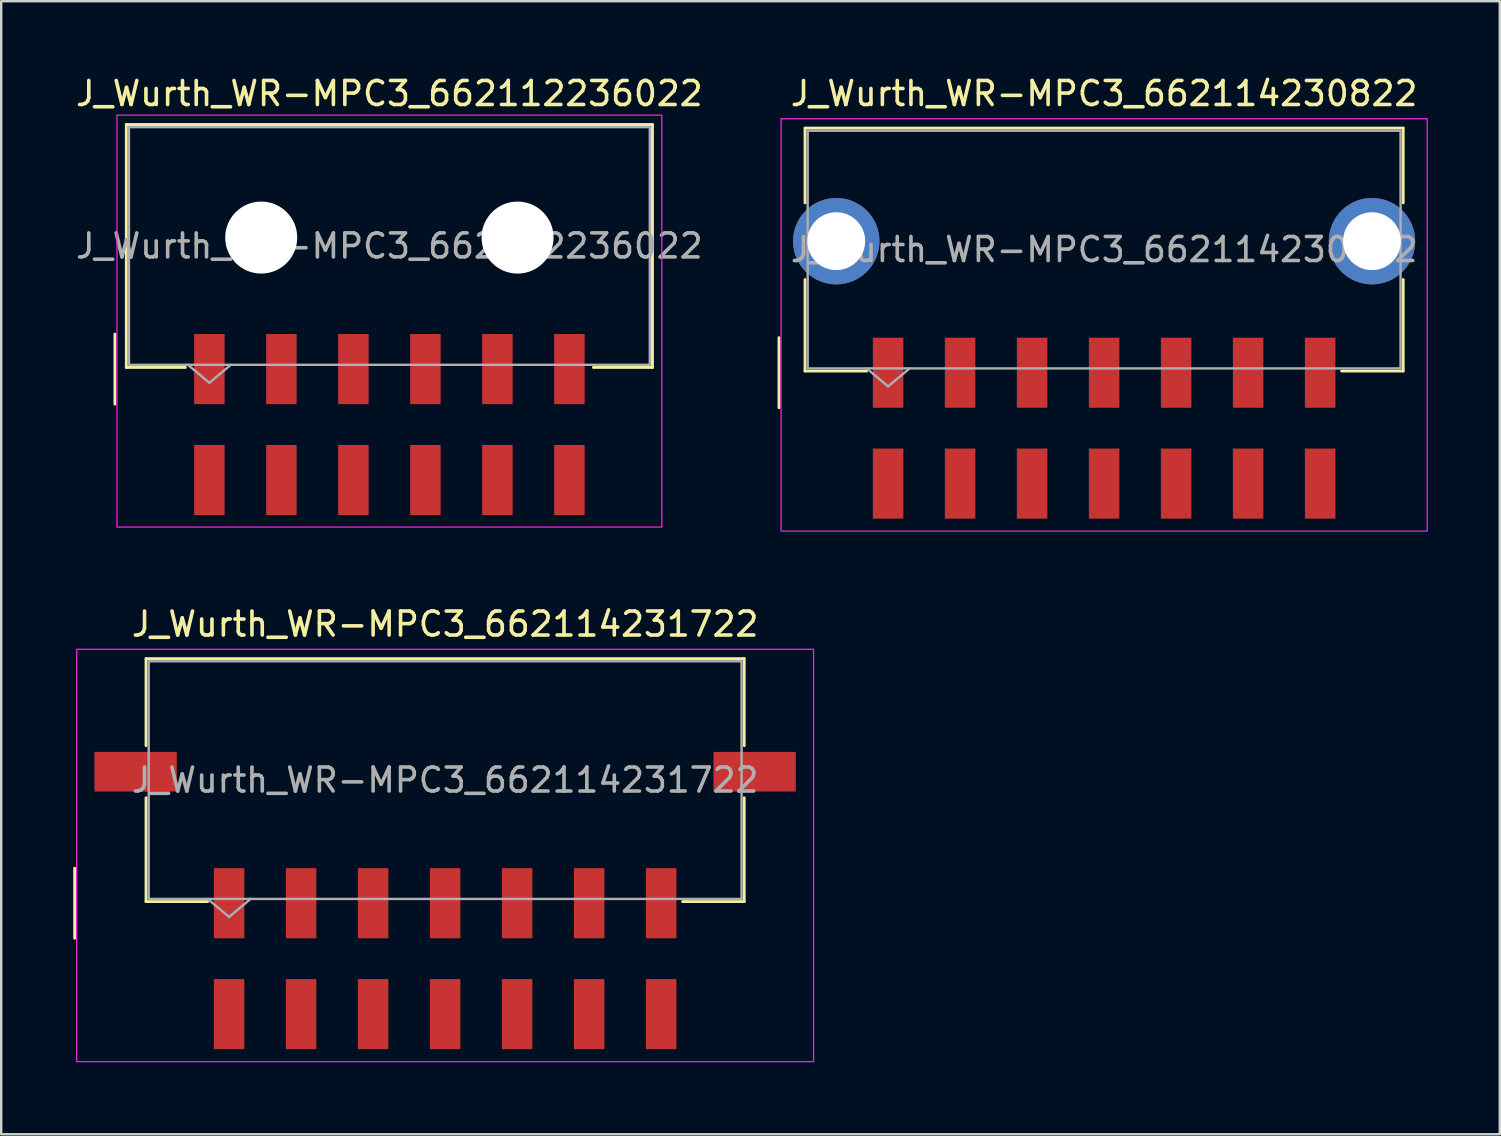
<source format=kicad_pcb>
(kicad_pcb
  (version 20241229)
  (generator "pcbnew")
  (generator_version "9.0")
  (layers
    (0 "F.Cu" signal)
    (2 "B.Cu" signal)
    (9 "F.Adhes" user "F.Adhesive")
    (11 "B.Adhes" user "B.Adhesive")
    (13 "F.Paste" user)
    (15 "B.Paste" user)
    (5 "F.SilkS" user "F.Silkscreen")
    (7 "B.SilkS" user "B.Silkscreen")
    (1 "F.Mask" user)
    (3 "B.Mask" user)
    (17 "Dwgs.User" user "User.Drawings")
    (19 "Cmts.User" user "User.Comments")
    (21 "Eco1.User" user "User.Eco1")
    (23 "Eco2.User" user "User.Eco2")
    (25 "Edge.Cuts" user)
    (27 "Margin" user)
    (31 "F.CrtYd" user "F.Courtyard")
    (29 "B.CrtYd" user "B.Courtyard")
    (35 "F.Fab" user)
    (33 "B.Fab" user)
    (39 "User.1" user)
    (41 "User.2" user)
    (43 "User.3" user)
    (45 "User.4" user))
  (footprint "J_Wurth_WR-MPC3_662114230822"
    (layer "F.Cu")
    (at 42.95 7.348)
    (property "Reference" "J_Wurth_WR-MPC3_662114230822" (at 0 -6.5 0) (unlocked yes) (layer "F.SilkS") (effects (font (size 1 1) (thickness 0.15))))
    (attr smd)
    (fp_line (start -13.545 6.59) (end -13.545 3.67) (stroke (width 0.12) (type solid)) (layer "F.SilkS"))
    (fp_line (start -12.46 -5.06) (end -12.46 -1.948) (stroke (width 0.12) (type default)) (layer "F.SilkS"))
    (fp_line (start -12.46 -5.06) (end 12.46 -5.06) (stroke (width 0.12) (type default)) (layer "F.SilkS"))
    (fp_line (start -12.46 1.248) (end -12.46 5.06) (stroke (width 0.12) (type default)) (layer "F.SilkS"))
    (fp_line (start -9.895 5.06) (end -12.46 5.06) (stroke (width 0.12) (type solid)) (layer "F.SilkS"))
    (fp_line (start 12.46 -5.06) (end 12.46 -1.948) (stroke (width 0.12) (type default)) (layer "F.SilkS"))
    (fp_line (start 12.46 1.248) (end 12.46 5.06) (stroke (width 0.12) (type default)) (layer "F.SilkS"))
    (fp_line (start 12.46 5.06) (end 9.895 5.06) (stroke (width 0.12) (type solid)) (layer "F.SilkS"))
    (fp_rect (start -13.46 -5.45) (end 13.46 11.73) (stroke (width 0.05) (type solid)) (fill no) (layer "F.CrtYd"))
    (fp_line (start -9 5.7) (end -9.895 4.95) (stroke (width 0.1) (type solid)) (layer "F.Fab"))
    (fp_line (start -9 5.7) (end -8.105 4.95) (stroke (width 0.1) (type solid)) (layer "F.Fab"))
    (fp_rect (start -12.35 -4.95) (end 12.35 4.95) (stroke (width 0.1) (type solid)) (fill no) (layer "F.Fab"))
    (fp_text user "${REFERENCE}" (at 0 0 0) (unlocked yes) (layer "F.Fab") (effects (font (size 1 1) (thickness 0.15))))
    (pad "1" smd rect (at -9 5.13 180) (size 1.27 2.92) (layers "F.Cu" "F.Mask" "F.Paste"))
    (pad "2" smd rect (at -6 5.13 180) (size 1.27 2.92) (layers "F.Cu" "F.Mask" "F.Paste"))
    (pad "3" smd rect (at -3 5.13 180) (size 1.27 2.92) (layers "F.Cu" "F.Mask" "F.Paste"))
    (pad "4" smd rect (at 0 5.13 180) (size 1.27 2.92) (layers "F.Cu" "F.Mask" "F.Paste"))
    (pad "5" smd rect (at 3 5.13 180) (size 1.27 2.92) (layers "F.Cu" "F.Mask" "F.Paste"))
    (pad "6" smd rect (at 6 5.13 180) (size 1.27 2.92) (layers "F.Cu" "F.Mask" "F.Paste"))
    (pad "7" smd rect (at 9 5.13 180) (size 1.27 2.92) (layers "F.Cu" "F.Mask" "F.Paste"))
    (pad "8" smd rect (at -9 9.75 180) (size 1.27 2.92) (layers "F.Cu" "F.Mask" "F.Paste"))
    (pad "9" smd rect (at -6 9.75 180) (size 1.27 2.92) (layers "F.Cu" "F.Mask" "F.Paste"))
    (pad "10" smd rect (at -3 9.75 180) (size 1.27 2.92) (layers "F.Cu" "F.Mask" "F.Paste"))
    (pad "11" smd rect (at 0 9.75 180) (size 1.27 2.92) (layers "F.Cu" "F.Mask" "F.Paste"))
    (pad "12" smd rect (at 3 9.75 180) (size 1.27 2.92) (layers "F.Cu" "F.Mask" "F.Paste"))
    (pad "13" smd rect (at 6 9.75 180) (size 1.27 2.92) (layers "F.Cu" "F.Mask" "F.Paste"))
    (pad "14" smd rect (at 9 9.75 180) (size 1.27 2.92) (layers "F.Cu" "F.Mask" "F.Paste"))
    (pad "MP1" thru_hole circle (at 11.16 -0.35 180) (size 3.6 3.6) (drill 2.41) (layers "*.Cu" "*.Mask"))
    (pad "MP2" thru_hole circle (at -11.16 -0.35 180) (size 3.6 3.6) (drill 2.41) (layers "*.Cu" "*.Mask")))
  (footprint "J_Wurth_WR-MPC3_662112236022"
    (layer "F.Cu")
    (at 13.173 7.198)
    (property "Reference" "J_Wurth_WR-MPC3_662112236022" (at 0 -6.35 0) (unlocked yes) (layer "F.SilkS") (effects (font (size 1 1) (thickness 0.15))))
    (attr smd)
    (fp_line (start -11.435 6.59) (end -11.435 3.67) (stroke (width 0.12) (type solid)) (layer "F.SilkS"))
    (fp_line (start -10.96 -5.06) (end -10.96 5.06) (stroke (width 0.12) (type solid)) (layer "F.SilkS"))
    (fp_line (start -10.96 -5.06) (end 10.96 -5.06) (stroke (width 0.12) (type solid)) (layer "F.SilkS"))
    (fp_line (start -8.5 5.06) (end -10.96 5.06) (stroke (width 0.12) (type solid)) (layer "F.SilkS"))
    (fp_line (start 8.5 5.06) (end 10.96 5.06) (stroke (width 0.12) (type solid)) (layer "F.SilkS"))
    (fp_line (start 10.96 -5.06) (end 10.96 5.06) (stroke (width 0.12) (type solid)) (layer "F.SilkS"))
    (fp_rect (start -11.35 -5.45) (end 11.35 11.71) (stroke (width 0.05) (type solid)) (fill no) (layer "F.CrtYd"))
    (fp_line (start -7.5 5.7) (end -8.395 4.95) (stroke (width 0.1) (type solid)) (layer "F.Fab"))
    (fp_line (start -7.5 5.7) (end -6.605 4.95) (stroke (width 0.1) (type solid)) (layer "F.Fab"))
    (fp_rect (start -10.85 -4.95) (end 10.85 4.95) (stroke (width 0.1) (type solid)) (fill no) (layer "F.Fab"))
    (fp_text user "${REFERENCE}" (at 0 0 0) (unlocked yes) (layer "F.Fab") (effects (font (size 1 1) (thickness 0.15))))
    (pad "" np_thru_hole circle (at -5.34 -0.35 180) (size 3 3) (drill 3) (layers "*.Cu" "*.Mask"))
    (pad "" np_thru_hole circle (at 5.34 -0.35 180) (size 3 3) (drill 3) (layers "*.Cu" "*.Mask"))
    (pad "1" smd rect (at -7.5 5.13 180) (size 1.27 2.92) (layers "F.Cu" "F.Mask" "F.Paste"))
    (pad "2" smd rect (at -4.5 5.13 180) (size 1.27 2.92) (layers "F.Cu" "F.Mask" "F.Paste"))
    (pad "3" smd rect (at -1.5 5.13 180) (size 1.27 2.92) (layers "F.Cu" "F.Mask" "F.Paste"))
    (pad "4" smd rect (at 1.5 5.13 180) (size 1.27 2.92) (layers "F.Cu" "F.Mask" "F.Paste"))
    (pad "5" smd rect (at 4.5 5.13 180) (size 1.27 2.92) (layers "F.Cu" "F.Mask" "F.Paste"))
    (pad "6" smd rect (at 7.5 5.13 180) (size 1.27 2.92) (layers "F.Cu" "F.Mask" "F.Paste"))
    (pad "7" smd rect (at -7.5 9.75 180) (size 1.27 2.92) (layers "F.Cu" "F.Mask" "F.Paste"))
    (pad "8" smd rect (at -4.5 9.75 180) (size 1.27 2.92) (layers "F.Cu" "F.Mask" "F.Paste"))
    (pad "9" smd rect (at -1.5 9.75 180) (size 1.27 2.92) (layers "F.Cu" "F.Mask" "F.Paste"))
    (pad "10" smd rect (at 1.5 9.75 180) (size 1.27 2.92) (layers "F.Cu" "F.Mask" "F.Paste"))
    (pad "11" smd rect (at 4.5 9.75 180) (size 1.27 2.92) (layers "F.Cu" "F.Mask" "F.Paste"))
    (pad "12" smd rect (at 7.5 9.75 180) (size 1.27 2.92) (layers "F.Cu" "F.Mask" "F.Paste")))
  (footprint "J_Wurth_WR-MPC3_662114231722"
    (layer "F.Cu")
    (at 15.495 29.451)
    (property "Reference" "J_Wurth_WR-MPC3_662114231722" (at 0 -6.5 0) (unlocked yes) (layer "F.SilkS") (effects (font (size 1 1) (thickness 0.15))))
    (attr smd)
    (fp_line (start -15.435 6.59) (end -15.435 3.67) (stroke (width 0.12) (type solid)) (layer "F.SilkS"))
    (fp_line (start -12.46 -5.06) (end -12.46 -1.435) (stroke (width 0.12) (type solid)) (layer "F.SilkS"))
    (fp_line (start -12.46 -5.06) (end 12.46 -5.06) (stroke (width 0.12) (type default)) (layer "F.SilkS"))
    (fp_line (start -12.46 0.735) (end -12.46 5.06) (stroke (width 0.12) (type solid)) (layer "F.SilkS"))
    (fp_line (start -9.895 5.06) (end -12.46 5.06) (stroke (width 0.12) (type solid)) (layer "F.SilkS"))
    (fp_line (start 12.46 -5.06) (end 12.46 -1.435) (stroke (width 0.12) (type solid)) (layer "F.SilkS"))
    (fp_line (start 12.46 0.735) (end 12.46 5.06) (stroke (width 0.12) (type solid)) (layer "F.SilkS"))
    (fp_line (start 12.46 5.06) (end 9.895 5.06) (stroke (width 0.12) (type solid)) (layer "F.SilkS"))
    (fp_rect (start -15.35 -5.45) (end 15.35 11.73) (stroke (width 0.05) (type solid)) (fill no) (layer "F.CrtYd"))
    (fp_line (start -9 5.7) (end -9.895 4.95) (stroke (width 0.1) (type solid)) (layer "F.Fab"))
    (fp_line (start -9 5.7) (end -8.105 4.95) (stroke (width 0.1) (type solid)) (layer "F.Fab"))
    (fp_rect (start -12.35 -4.95) (end 12.35 4.95) (stroke (width 0.1) (type solid)) (fill no) (layer "F.Fab"))
    (fp_text user "${REFERENCE}" (at 0 0 0) (unlocked yes) (layer "F.Fab") (effects (font (size 1 1) (thickness 0.15))))
    (pad "1" smd rect (at -9 5.13 180) (size 1.27 2.92) (layers "F.Cu" "F.Mask" "F.Paste"))
    (pad "2" smd rect (at -6 5.13 180) (size 1.27 2.92) (layers "F.Cu" "F.Mask" "F.Paste"))
    (pad "3" smd rect (at -3 5.13 180) (size 1.27 2.92) (layers "F.Cu" "F.Mask" "F.Paste"))
    (pad "4" smd rect (at 0 5.13 180) (size 1.27 2.92) (layers "F.Cu" "F.Mask" "F.Paste"))
    (pad "5" smd rect (at 3 5.13 180) (size 1.27 2.92) (layers "F.Cu" "F.Mask" "F.Paste"))
    (pad "6" smd rect (at 6 5.13 180) (size 1.27 2.92) (layers "F.Cu" "F.Mask" "F.Paste"))
    (pad "7" smd rect (at 9 5.13 180) (size 1.27 2.92) (layers "F.Cu" "F.Mask" "F.Paste"))
    (pad "8" smd rect (at -9 9.75 180) (size 1.27 2.92) (layers "F.Cu" "F.Mask" "F.Paste"))
    (pad "9" smd rect (at -6 9.75 180) (size 1.27 2.92) (layers "F.Cu" "F.Mask" "F.Paste"))
    (pad "10" smd rect (at -3 9.75 180) (size 1.27 2.92) (layers "F.Cu" "F.Mask" "F.Paste"))
    (pad "11" smd rect (at 0 9.75 180) (size 1.27 2.92) (layers "F.Cu" "F.Mask" "F.Paste"))
    (pad "12" smd rect (at 3 9.75 180) (size 1.27 2.92) (layers "F.Cu" "F.Mask" "F.Paste"))
    (pad "13" smd rect (at 6 9.75 180) (size 1.27 2.92) (layers "F.Cu" "F.Mask" "F.Paste"))
    (pad "14" smd rect (at 9 9.75 180) (size 1.27 2.92) (layers "F.Cu" "F.Mask" "F.Paste"))
    (pad "MP1" smd rect (at 12.895 -0.35 180) (size 3.43 1.65) (layers "F.Cu" "F.Mask" "F.Paste"))
    (pad "MP2" smd rect (at -12.895 -0.35 180) (size 3.43 1.65) (layers "F.Cu" "F.Mask" "F.Paste")))
  (gr_rect
    (start -3 -3)
    (end 59.435 44.206)
    (stroke (width 0.1) (type default))
    (fill no)
    (layer "Edge.Cuts")))
</source>
